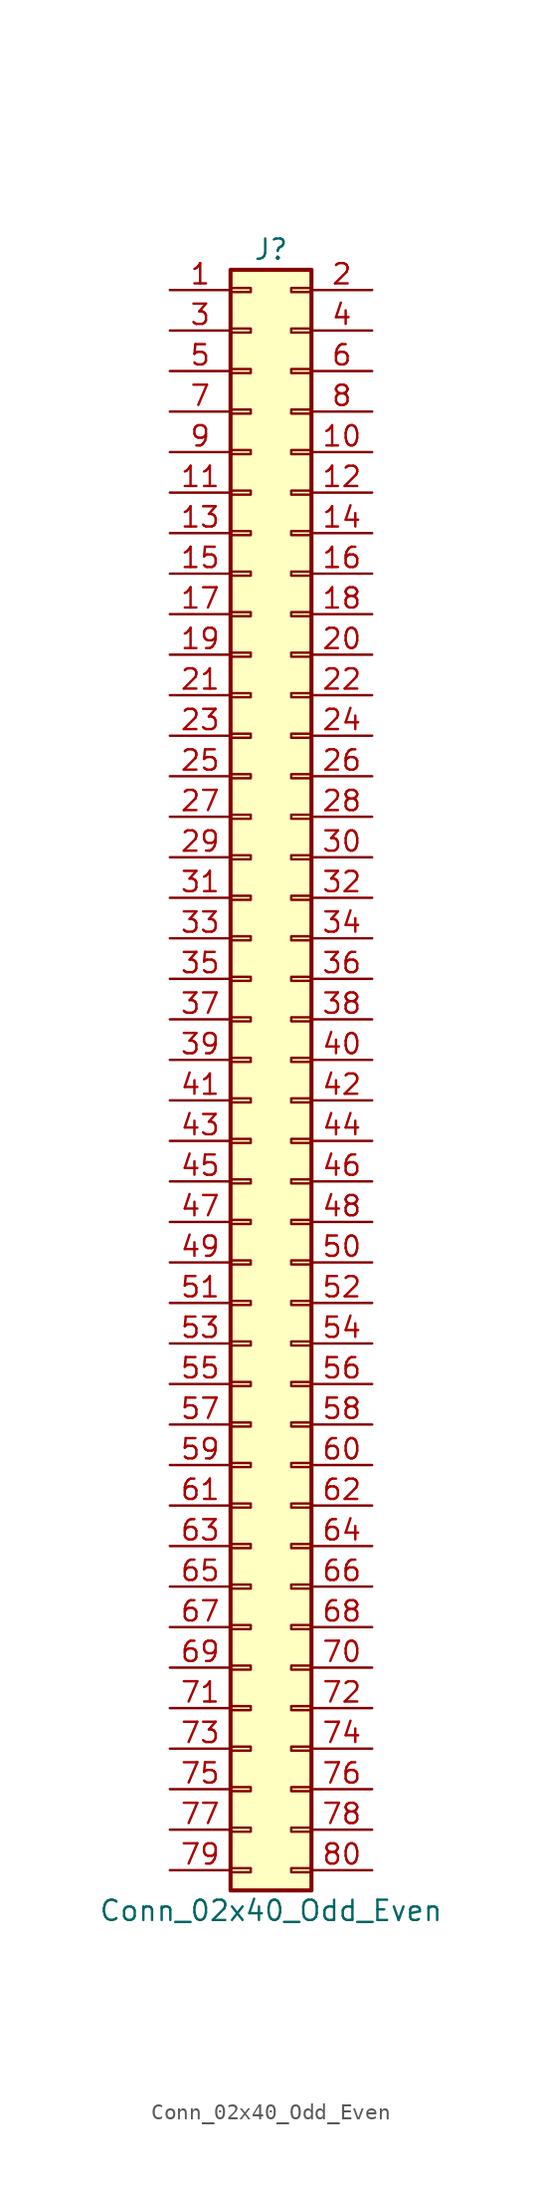
<source format=kicad_sym>
(kicad_symbol_lib
  (version 20201005)
  (generator kicad_symbol_editor)
  (symbol "Conn_02x40_Odd_Even"
    (pin_names
      (offset 1.016) hide)
    (property "Reference" "J"
      (at 1.27 50.8 0)
      (effects (font (size 1.27 1.27))))
    (property "Value" "Conn_02x40_Odd_Even"
      (at 1.27 -53.34 0)
      (effects (font (size 1.27 1.27))))
    (symbol "Conn_02x40_Odd_Even_1_1"
      (rectangle (start -1.27 -50.673) (end 0 -50.927) (stroke (width 0.152)) (fill (type none)))
      (rectangle (start -1.27 -48.133) (end 0 -48.387) (stroke (width 0.152)) (fill (type none)))
      (rectangle (start -1.27 -45.593) (end 0 -45.847) (stroke (width 0.152)) (fill (type none)))
      (rectangle (start -1.27 -43.053) (end 0 -43.307) (stroke (width 0.152)) (fill (type none)))
      (rectangle (start -1.27 -40.513) (end 0 -40.767) (stroke (width 0.152)) (fill (type none)))
      (rectangle (start -1.27 -37.973) (end 0 -38.227) (stroke (width 0.152)) (fill (type none)))
      (rectangle (start -1.27 -35.433) (end 0 -35.687) (stroke (width 0.152)) (fill (type none)))
      (rectangle (start -1.27 -32.893) (end 0 -33.147) (stroke (width 0.152)) (fill (type none)))
      (rectangle (start -1.27 -30.353) (end 0 -30.607) (stroke (width 0.152)) (fill (type none)))
      (rectangle (start -1.27 -27.813) (end 0 -28.067) (stroke (width 0.152)) (fill (type none)))
      (rectangle (start -1.27 -25.273) (end 0 -25.527) (stroke (width 0.152)) (fill (type none)))
      (rectangle (start -1.27 -22.733) (end 0 -22.987) (stroke (width 0.152)) (fill (type none)))
      (rectangle (start -1.27 -20.193) (end 0 -20.447) (stroke (width 0.152)) (fill (type none)))
      (rectangle (start -1.27 -17.653) (end 0 -17.907) (stroke (width 0.152)) (fill (type none)))
      (rectangle (start -1.27 -15.113) (end 0 -15.367) (stroke (width 0.152)) (fill (type none)))
      (rectangle (start -1.27 -12.573) (end 0 -12.827) (stroke (width 0.152)) (fill (type none)))
      (rectangle (start -1.27 -10.033) (end 0 -10.287) (stroke (width 0.152)) (fill (type none)))
      (rectangle (start -1.27 -7.493) (end 0 -7.747) (stroke (width 0.152)) (fill (type none)))
      (rectangle (start -1.27 -4.953) (end 0 -5.207) (stroke (width 0.152)) (fill (type none)))
      (rectangle (start -1.27 -2.413) (end 0 -2.667) (stroke (width 0.152)) (fill (type none)))
      (rectangle (start -1.27 0.127) (end 0 -0.127) (stroke (width 0.152)) (fill (type none)))
      (rectangle (start -1.27 2.667) (end 0 2.413) (stroke (width 0.152)) (fill (type none)))
      (rectangle (start -1.27 5.207) (end 0 4.953) (stroke (width 0.152)) (fill (type none)))
      (rectangle (start -1.27 7.747) (end 0 7.493) (stroke (width 0.152)) (fill (type none)))
      (rectangle (start -1.27 10.287) (end 0 10.033) (stroke (width 0.152)) (fill (type none)))
      (rectangle (start -1.27 12.827) (end 0 12.573) (stroke (width 0.152)) (fill (type none)))
      (rectangle (start -1.27 15.367) (end 0 15.113) (stroke (width 0.152)) (fill (type none)))
      (rectangle (start -1.27 17.907) (end 0 17.653) (stroke (width 0.152)) (fill (type none)))
      (rectangle (start -1.27 20.447) (end 0 20.193) (stroke (width 0.152)) (fill (type none)))
      (rectangle (start -1.27 22.987) (end 0 22.733) (stroke (width 0.152)) (fill (type none)))
      (rectangle (start -1.27 25.527) (end 0 25.273) (stroke (width 0.152)) (fill (type none)))
      (rectangle (start -1.27 28.067) (end 0 27.813) (stroke (width 0.152)) (fill (type none)))
      (rectangle (start -1.27 30.607) (end 0 30.353) (stroke (width 0.152)) (fill (type none)))
      (rectangle (start -1.27 33.147) (end 0 32.893) (stroke (width 0.152)) (fill (type none)))
      (rectangle (start -1.27 35.687) (end 0 35.433) (stroke (width 0.152)) (fill (type none)))
      (rectangle (start -1.27 38.227) (end 0 37.973) (stroke (width 0.152)) (fill (type none)))
      (rectangle (start -1.27 40.767) (end 0 40.513) (stroke (width 0.152)) (fill (type none)))
      (rectangle (start -1.27 43.307) (end 0 43.053) (stroke (width 0.152)) (fill (type none)))
      (rectangle (start -1.27 45.847) (end 0 45.593) (stroke (width 0.152)) (fill (type none)))
      (rectangle (start -1.27 48.387) (end 0 48.133) (stroke (width 0.152)) (fill (type none)))
      (rectangle (start 3.81 -50.673) (end 2.54 -50.927) (stroke (width 0.152)) (fill (type none)))
      (rectangle (start 3.81 -48.133) (end 2.54 -48.387) (stroke (width 0.152)) (fill (type none)))
      (rectangle (start 3.81 -45.593) (end 2.54 -45.847) (stroke (width 0.152)) (fill (type none)))
      (rectangle (start 3.81 -43.053) (end 2.54 -43.307) (stroke (width 0.152)) (fill (type none)))
      (rectangle (start 3.81 -40.513) (end 2.54 -40.767) (stroke (width 0.152)) (fill (type none)))
      (rectangle (start 3.81 -37.973) (end 2.54 -38.227) (stroke (width 0.152)) (fill (type none)))
      (rectangle (start 3.81 -35.433) (end 2.54 -35.687) (stroke (width 0.152)) (fill (type none)))
      (rectangle (start 3.81 -32.893) (end 2.54 -33.147) (stroke (width 0.152)) (fill (type none)))
      (rectangle (start 3.81 -30.353) (end 2.54 -30.607) (stroke (width 0.152)) (fill (type none)))
      (rectangle (start 3.81 -27.813) (end 2.54 -28.067) (stroke (width 0.152)) (fill (type none)))
      (rectangle (start 3.81 -25.273) (end 2.54 -25.527) (stroke (width 0.152)) (fill (type none)))
      (rectangle (start 3.81 -22.733) (end 2.54 -22.987) (stroke (width 0.152)) (fill (type none)))
      (rectangle (start 3.81 -20.193) (end 2.54 -20.447) (stroke (width 0.152)) (fill (type none)))
      (rectangle (start 3.81 -17.653) (end 2.54 -17.907) (stroke (width 0.152)) (fill (type none)))
      (rectangle (start 3.81 -15.113) (end 2.54 -15.367) (stroke (width 0.152)) (fill (type none)))
      (rectangle (start 3.81 -12.573) (end 2.54 -12.827) (stroke (width 0.152)) (fill (type none)))
      (rectangle (start 3.81 -10.033) (end 2.54 -10.287) (stroke (width 0.152)) (fill (type none)))
      (rectangle (start 3.81 -7.493) (end 2.54 -7.747) (stroke (width 0.152)) (fill (type none)))
      (rectangle (start 3.81 -4.953) (end 2.54 -5.207) (stroke (width 0.152)) (fill (type none)))
      (rectangle (start 3.81 -2.413) (end 2.54 -2.667) (stroke (width 0.152)) (fill (type none)))
      (rectangle (start 3.81 0.127) (end 2.54 -0.127) (stroke (width 0.152)) (fill (type none)))
      (rectangle (start 3.81 2.667) (end 2.54 2.413) (stroke (width 0.152)) (fill (type none)))
      (rectangle (start 3.81 5.207) (end 2.54 4.953) (stroke (width 0.152)) (fill (type none)))
      (rectangle (start 3.81 7.747) (end 2.54 7.493) (stroke (width 0.152)) (fill (type none)))
      (rectangle (start 3.81 10.287) (end 2.54 10.033) (stroke (width 0.152)) (fill (type none)))
      (rectangle (start 3.81 12.827) (end 2.54 12.573) (stroke (width 0.152)) (fill (type none)))
      (rectangle (start 3.81 15.367) (end 2.54 15.113) (stroke (width 0.152)) (fill (type none)))
      (rectangle (start 3.81 17.907) (end 2.54 17.653) (stroke (width 0.152)) (fill (type none)))
      (rectangle (start 3.81 20.447) (end 2.54 20.193) (stroke (width 0.152)) (fill (type none)))
      (rectangle (start 3.81 22.987) (end 2.54 22.733) (stroke (width 0.152)) (fill (type none)))
      (rectangle (start 3.81 25.527) (end 2.54 25.273) (stroke (width 0.152)) (fill (type none)))
      (rectangle (start 3.81 28.067) (end 2.54 27.813) (stroke (width 0.152)) (fill (type none)))
      (rectangle (start 3.81 30.607) (end 2.54 30.353) (stroke (width 0.152)) (fill (type none)))
      (rectangle (start 3.81 33.147) (end 2.54 32.893) (stroke (width 0.152)) (fill (type none)))
      (rectangle (start 3.81 35.687) (end 2.54 35.433) (stroke (width 0.152)) (fill (type none)))
      (rectangle (start 3.81 38.227) (end 2.54 37.973) (stroke (width 0.152)) (fill (type none)))
      (rectangle (start 3.81 40.767) (end 2.54 40.513) (stroke (width 0.152)) (fill (type none)))
      (rectangle (start 3.81 43.307) (end 2.54 43.053) (stroke (width 0.152)) (fill (type none)))
      (rectangle (start 3.81 45.847) (end 2.54 45.593) (stroke (width 0.152)) (fill (type none)))
      (rectangle (start 3.81 48.387) (end 2.54 48.133) (stroke (width 0.152)) (fill (type none)))
      (rectangle (start -1.27 49.53) (end 3.81 -52.07) (stroke (width 0.254)) (fill (type background)))
      (pin passive line (at -5.08 48.26 0) (length 3.81) (name "Pin_1" (effects (font (size 1.27 1.27)))) (number "1" (effects (font (size 1.27 1.27)))))
      (pin passive line (at 7.62 38.1 180) (length 3.81) (name "Pin_10" (effects (font (size 1.27 1.27)))) (number "10" (effects (font (size 1.27 1.27)))))
      (pin passive line (at -5.08 35.56 0) (length 3.81) (name "Pin_11" (effects (font (size 1.27 1.27)))) (number "11" (effects (font (size 1.27 1.27)))))
      (pin passive line (at 7.62 35.56 180) (length 3.81) (name "Pin_12" (effects (font (size 1.27 1.27)))) (number "12" (effects (font (size 1.27 1.27)))))
      (pin passive line (at -5.08 33.02 0) (length 3.81) (name "Pin_13" (effects (font (size 1.27 1.27)))) (number "13" (effects (font (size 1.27 1.27)))))
      (pin passive line (at 7.62 33.02 180) (length 3.81) (name "Pin_14" (effects (font (size 1.27 1.27)))) (number "14" (effects (font (size 1.27 1.27)))))
      (pin passive line (at -5.08 30.48 0) (length 3.81) (name "Pin_15" (effects (font (size 1.27 1.27)))) (number "15" (effects (font (size 1.27 1.27)))))
      (pin passive line (at 7.62 30.48 180) (length 3.81) (name "Pin_16" (effects (font (size 1.27 1.27)))) (number "16" (effects (font (size 1.27 1.27)))))
      (pin passive line (at -5.08 27.94 0) (length 3.81) (name "Pin_17" (effects (font (size 1.27 1.27)))) (number "17" (effects (font (size 1.27 1.27)))))
      (pin passive line (at 7.62 27.94 180) (length 3.81) (name "Pin_18" (effects (font (size 1.27 1.27)))) (number "18" (effects (font (size 1.27 1.27)))))
      (pin passive line (at -5.08 25.4 0) (length 3.81) (name "Pin_19" (effects (font (size 1.27 1.27)))) (number "19" (effects (font (size 1.27 1.27)))))
      (pin passive line (at 7.62 48.26 180) (length 3.81) (name "Pin_2" (effects (font (size 1.27 1.27)))) (number "2" (effects (font (size 1.27 1.27)))))
      (pin passive line (at 7.62 25.4 180) (length 3.81) (name "Pin_20" (effects (font (size 1.27 1.27)))) (number "20" (effects (font (size 1.27 1.27)))))
      (pin passive line (at -5.08 22.86 0) (length 3.81) (name "Pin_21" (effects (font (size 1.27 1.27)))) (number "21" (effects (font (size 1.27 1.27)))))
      (pin passive line (at 7.62 22.86 180) (length 3.81) (name "Pin_22" (effects (font (size 1.27 1.27)))) (number "22" (effects (font (size 1.27 1.27)))))
      (pin passive line (at -5.08 20.32 0) (length 3.81) (name "Pin_23" (effects (font (size 1.27 1.27)))) (number "23" (effects (font (size 1.27 1.27)))))
      (pin passive line (at 7.62 20.32 180) (length 3.81) (name "Pin_24" (effects (font (size 1.27 1.27)))) (number "24" (effects (font (size 1.27 1.27)))))
      (pin passive line (at -5.08 17.78 0) (length 3.81) (name "Pin_25" (effects (font (size 1.27 1.27)))) (number "25" (effects (font (size 1.27 1.27)))))
      (pin passive line (at 7.62 17.78 180) (length 3.81) (name "Pin_26" (effects (font (size 1.27 1.27)))) (number "26" (effects (font (size 1.27 1.27)))))
      (pin passive line (at -5.08 15.24 0) (length 3.81) (name "Pin_27" (effects (font (size 1.27 1.27)))) (number "27" (effects (font (size 1.27 1.27)))))
      (pin passive line (at 7.62 15.24 180) (length 3.81) (name "Pin_28" (effects (font (size 1.27 1.27)))) (number "28" (effects (font (size 1.27 1.27)))))
      (pin passive line (at -5.08 12.7 0) (length 3.81) (name "Pin_29" (effects (font (size 1.27 1.27)))) (number "29" (effects (font (size 1.27 1.27)))))
      (pin passive line (at -5.08 45.72 0) (length 3.81) (name "Pin_3" (effects (font (size 1.27 1.27)))) (number "3" (effects (font (size 1.27 1.27)))))
      (pin passive line (at 7.62 12.7 180) (length 3.81) (name "Pin_30" (effects (font (size 1.27 1.27)))) (number "30" (effects (font (size 1.27 1.27)))))
      (pin passive line (at -5.08 10.16 0) (length 3.81) (name "Pin_31" (effects (font (size 1.27 1.27)))) (number "31" (effects (font (size 1.27 1.27)))))
      (pin passive line (at 7.62 10.16 180) (length 3.81) (name "Pin_32" (effects (font (size 1.27 1.27)))) (number "32" (effects (font (size 1.27 1.27)))))
      (pin passive line (at -5.08 7.62 0) (length 3.81) (name "Pin_33" (effects (font (size 1.27 1.27)))) (number "33" (effects (font (size 1.27 1.27)))))
      (pin passive line (at 7.62 7.62 180) (length 3.81) (name "Pin_34" (effects (font (size 1.27 1.27)))) (number "34" (effects (font (size 1.27 1.27)))))
      (pin passive line (at -5.08 5.08 0) (length 3.81) (name "Pin_35" (effects (font (size 1.27 1.27)))) (number "35" (effects (font (size 1.27 1.27)))))
      (pin passive line (at 7.62 5.08 180) (length 3.81) (name "Pin_36" (effects (font (size 1.27 1.27)))) (number "36" (effects (font (size 1.27 1.27)))))
      (pin passive line (at -5.08 2.54 0) (length 3.81) (name "Pin_37" (effects (font (size 1.27 1.27)))) (number "37" (effects (font (size 1.27 1.27)))))
      (pin passive line (at 7.62 2.54 180) (length 3.81) (name "Pin_38" (effects (font (size 1.27 1.27)))) (number "38" (effects (font (size 1.27 1.27)))))
      (pin passive line (at -5.08 0 0) (length 3.81) (name "Pin_39" (effects (font (size 1.27 1.27)))) (number "39" (effects (font (size 1.27 1.27)))))
      (pin passive line (at 7.62 45.72 180) (length 3.81) (name "Pin_4" (effects (font (size 1.27 1.27)))) (number "4" (effects (font (size 1.27 1.27)))))
      (pin passive line (at 7.62 0 180) (length 3.81) (name "Pin_40" (effects (font (size 1.27 1.27)))) (number "40" (effects (font (size 1.27 1.27)))))
      (pin passive line (at -5.08 -2.54 0) (length 3.81) (name "Pin_41" (effects (font (size 1.27 1.27)))) (number "41" (effects (font (size 1.27 1.27)))))
      (pin passive line (at 7.62 -2.54 180) (length 3.81) (name "Pin_42" (effects (font (size 1.27 1.27)))) (number "42" (effects (font (size 1.27 1.27)))))
      (pin passive line (at -5.08 -5.08 0) (length 3.81) (name "Pin_43" (effects (font (size 1.27 1.27)))) (number "43" (effects (font (size 1.27 1.27)))))
      (pin passive line (at 7.62 -5.08 180) (length 3.81) (name "Pin_44" (effects (font (size 1.27 1.27)))) (number "44" (effects (font (size 1.27 1.27)))))
      (pin passive line (at -5.08 -7.62 0) (length 3.81) (name "Pin_45" (effects (font (size 1.27 1.27)))) (number "45" (effects (font (size 1.27 1.27)))))
      (pin passive line (at 7.62 -7.62 180) (length 3.81) (name "Pin_46" (effects (font (size 1.27 1.27)))) (number "46" (effects (font (size 1.27 1.27)))))
      (pin passive line (at -5.08 -10.16 0) (length 3.81) (name "Pin_47" (effects (font (size 1.27 1.27)))) (number "47" (effects (font (size 1.27 1.27)))))
      (pin passive line (at 7.62 -10.16 180) (length 3.81) (name "Pin_48" (effects (font (size 1.27 1.27)))) (number "48" (effects (font (size 1.27 1.27)))))
      (pin passive line (at -5.08 -12.7 0) (length 3.81) (name "Pin_49" (effects (font (size 1.27 1.27)))) (number "49" (effects (font (size 1.27 1.27)))))
      (pin passive line (at -5.08 43.18 0) (length 3.81) (name "Pin_5" (effects (font (size 1.27 1.27)))) (number "5" (effects (font (size 1.27 1.27)))))
      (pin passive line (at 7.62 -12.7 180) (length 3.81) (name "Pin_50" (effects (font (size 1.27 1.27)))) (number "50" (effects (font (size 1.27 1.27)))))
      (pin passive line (at -5.08 -15.24 0) (length 3.81) (name "Pin_51" (effects (font (size 1.27 1.27)))) (number "51" (effects (font (size 1.27 1.27)))))
      (pin passive line (at 7.62 -15.24 180) (length 3.81) (name "Pin_52" (effects (font (size 1.27 1.27)))) (number "52" (effects (font (size 1.27 1.27)))))
      (pin passive line (at -5.08 -17.78 0) (length 3.81) (name "Pin_53" (effects (font (size 1.27 1.27)))) (number "53" (effects (font (size 1.27 1.27)))))
      (pin passive line (at 7.62 -17.78 180) (length 3.81) (name "Pin_54" (effects (font (size 1.27 1.27)))) (number "54" (effects (font (size 1.27 1.27)))))
      (pin passive line (at -5.08 -20.32 0) (length 3.81) (name "Pin_55" (effects (font (size 1.27 1.27)))) (number "55" (effects (font (size 1.27 1.27)))))
      (pin passive line (at 7.62 -20.32 180) (length 3.81) (name "Pin_56" (effects (font (size 1.27 1.27)))) (number "56" (effects (font (size 1.27 1.27)))))
      (pin passive line (at -5.08 -22.86 0) (length 3.81) (name "Pin_57" (effects (font (size 1.27 1.27)))) (number "57" (effects (font (size 1.27 1.27)))))
      (pin passive line (at 7.62 -22.86 180) (length 3.81) (name "Pin_58" (effects (font (size 1.27 1.27)))) (number "58" (effects (font (size 1.27 1.27)))))
      (pin passive line (at -5.08 -25.4 0) (length 3.81) (name "Pin_59" (effects (font (size 1.27 1.27)))) (number "59" (effects (font (size 1.27 1.27)))))
      (pin passive line (at 7.62 43.18 180) (length 3.81) (name "Pin_6" (effects (font (size 1.27 1.27)))) (number "6" (effects (font (size 1.27 1.27)))))
      (pin passive line (at 7.62 -25.4 180) (length 3.81) (name "Pin_60" (effects (font (size 1.27 1.27)))) (number "60" (effects (font (size 1.27 1.27)))))
      (pin passive line (at -5.08 -27.94 0) (length 3.81) (name "Pin_61" (effects (font (size 1.27 1.27)))) (number "61" (effects (font (size 1.27 1.27)))))
      (pin passive line (at 7.62 -27.94 180) (length 3.81) (name "Pin_62" (effects (font (size 1.27 1.27)))) (number "62" (effects (font (size 1.27 1.27)))))
      (pin passive line (at -5.08 -30.48 0) (length 3.81) (name "Pin_63" (effects (font (size 1.27 1.27)))) (number "63" (effects (font (size 1.27 1.27)))))
      (pin passive line (at 7.62 -30.48 180) (length 3.81) (name "Pin_64" (effects (font (size 1.27 1.27)))) (number "64" (effects (font (size 1.27 1.27)))))
      (pin passive line (at -5.08 -33.02 0) (length 3.81) (name "Pin_65" (effects (font (size 1.27 1.27)))) (number "65" (effects (font (size 1.27 1.27)))))
      (pin passive line (at 7.62 -33.02 180) (length 3.81) (name "Pin_66" (effects (font (size 1.27 1.27)))) (number "66" (effects (font (size 1.27 1.27)))))
      (pin passive line (at -5.08 -35.56 0) (length 3.81) (name "Pin_67" (effects (font (size 1.27 1.27)))) (number "67" (effects (font (size 1.27 1.27)))))
      (pin passive line (at 7.62 -35.56 180) (length 3.81) (name "Pin_68" (effects (font (size 1.27 1.27)))) (number "68" (effects (font (size 1.27 1.27)))))
      (pin passive line (at -5.08 -38.1 0) (length 3.81) (name "Pin_69" (effects (font (size 1.27 1.27)))) (number "69" (effects (font (size 1.27 1.27)))))
      (pin passive line (at -5.08 40.64 0) (length 3.81) (name "Pin_7" (effects (font (size 1.27 1.27)))) (number "7" (effects (font (size 1.27 1.27)))))
      (pin passive line (at 7.62 -38.1 180) (length 3.81) (name "Pin_70" (effects (font (size 1.27 1.27)))) (number "70" (effects (font (size 1.27 1.27)))))
      (pin passive line (at -5.08 -40.64 0) (length 3.81) (name "Pin_71" (effects (font (size 1.27 1.27)))) (number "71" (effects (font (size 1.27 1.27)))))
      (pin passive line (at 7.62 -40.64 180) (length 3.81) (name "Pin_72" (effects (font (size 1.27 1.27)))) (number "72" (effects (font (size 1.27 1.27)))))
      (pin passive line (at -5.08 -43.18 0) (length 3.81) (name "Pin_73" (effects (font (size 1.27 1.27)))) (number "73" (effects (font (size 1.27 1.27)))))
      (pin passive line (at 7.62 -43.18 180) (length 3.81) (name "Pin_74" (effects (font (size 1.27 1.27)))) (number "74" (effects (font (size 1.27 1.27)))))
      (pin passive line (at -5.08 -45.72 0) (length 3.81) (name "Pin_75" (effects (font (size 1.27 1.27)))) (number "75" (effects (font (size 1.27 1.27)))))
      (pin passive line (at 7.62 -45.72 180) (length 3.81) (name "Pin_76" (effects (font (size 1.27 1.27)))) (number "76" (effects (font (size 1.27 1.27)))))
      (pin passive line (at -5.08 -48.26 0) (length 3.81) (name "Pin_77" (effects (font (size 1.27 1.27)))) (number "77" (effects (font (size 1.27 1.27)))))
      (pin passive line (at 7.62 -48.26 180) (length 3.81) (name "Pin_78" (effects (font (size 1.27 1.27)))) (number "78" (effects (font (size 1.27 1.27)))))
      (pin passive line (at -5.08 -50.8 0) (length 3.81) (name "Pin_79" (effects (font (size 1.27 1.27)))) (number "79" (effects (font (size 1.27 1.27)))))
      (pin passive line (at 7.62 40.64 180) (length 3.81) (name "Pin_8" (effects (font (size 1.27 1.27)))) (number "8" (effects (font (size 1.27 1.27)))))
      (pin passive line (at 7.62 -50.8 180) (length 3.81) (name "Pin_80" (effects (font (size 1.27 1.27)))) (number "80" (effects (font (size 1.27 1.27)))))
      (pin passive line (at -5.08 38.1 0) (length 3.81) (name "Pin_9" (effects (font (size 1.27 1.27)))) (number "9" (effects (font (size 1.27 1.27))))))))
</source>
